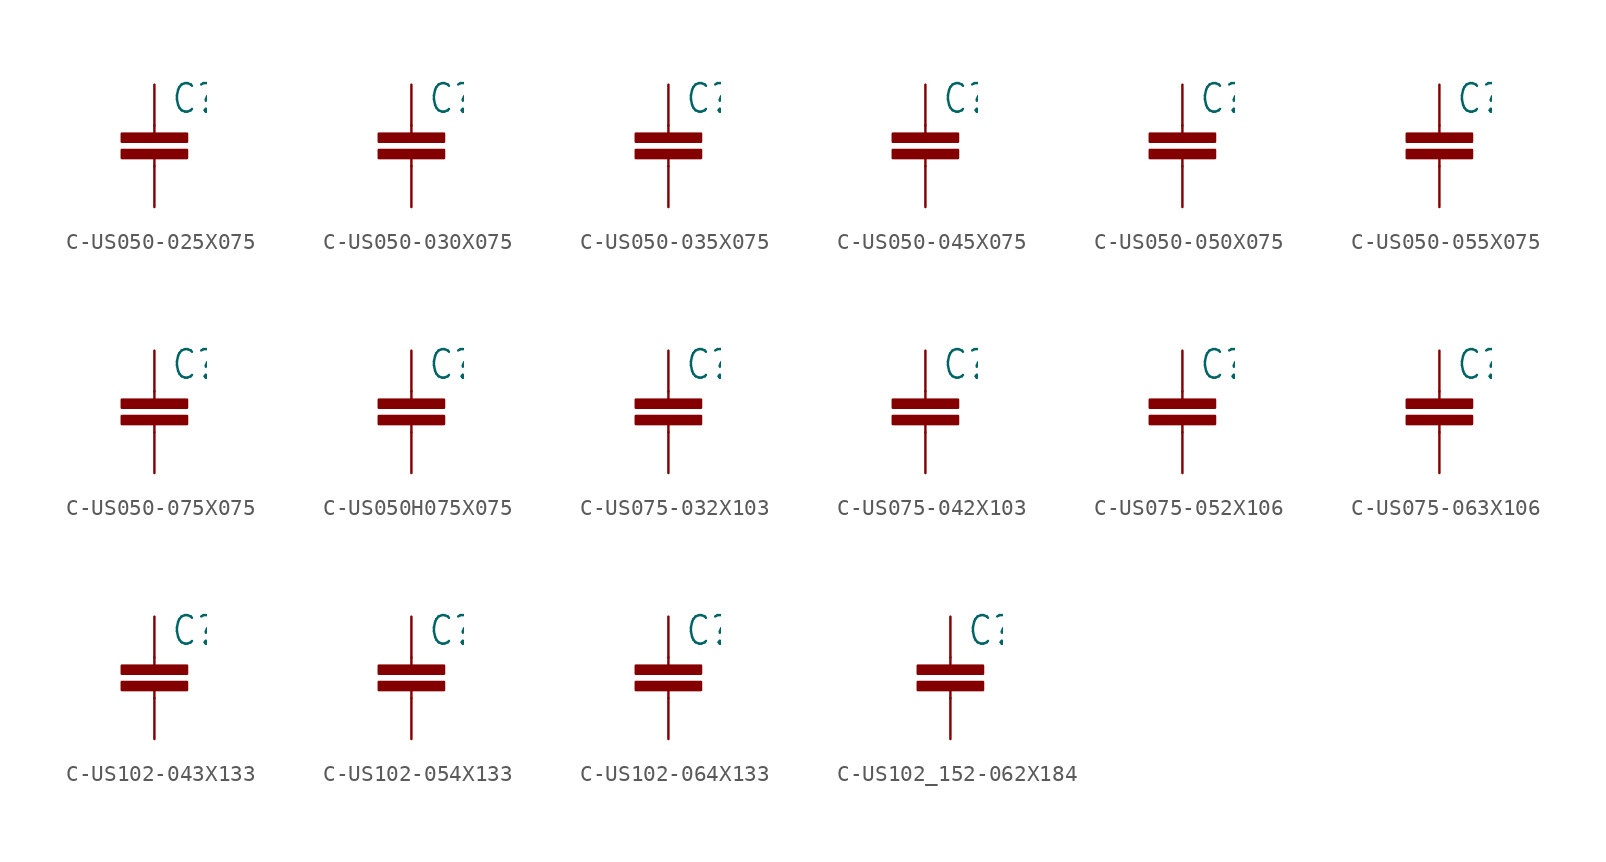
<source format=kicad_sym>
(kicad_symbol_lib
  (version 20231120)
  (generator "kicad_symbol_editor")
  (generator_version "8.99")
  (symbol "C-US050-025X075"
    (property "Reference" "C"
      (at 1.016 0.635 0)
      (effects (font (size 1.778 1.511)) (justify left bottom)))
    (property "Value" ""
      (at 1.016 -4.191 0)
      (effects (font (size 1.778 1.511)) (justify left bottom)))
    (property "ki_locked" ""
      (at 0 0 0)
      (effects (font (size 1.27 1.27))))
    (symbol "C-US050-025X075_1_0"
      (rectangle (start -2.032 -2.032) (end 2.032 -1.524) (stroke (width 0) (type default)) (fill (type outline)))
      (rectangle (start -2.032 -1.016) (end 2.032 -0.508) (stroke (width 0) (type default)) (fill (type outline)))
      (polyline (pts (xy 0 -2.54) (xy 0 -2.032)) (stroke (width 0.152) (type solid)) (fill (type none)))
      (polyline (pts (xy 0 0) (xy 0 -0.508)) (stroke (width 0.152) (type solid)) (fill (type none)))
      (pin passive line (at 0 2.54 270) (length 2.54) (name "1" (effects (font (size 0 0)))) (number "1" (effects (font (size 0 0)))))
      (pin passive line (at 0 -5.08 90) (length 2.54) (name "2" (effects (font (size 0 0)))) (number "2" (effects (font (size 0 0)))))))
  (symbol "C-US050-030X075"
    (property "Reference" "C"
      (at 1.016 0.635 0)
      (effects (font (size 1.778 1.511)) (justify left bottom)))
    (property "Value" ""
      (at 1.016 -4.191 0)
      (effects (font (size 1.778 1.511)) (justify left bottom)))
    (property "ki_locked" ""
      (at 0 0 0)
      (effects (font (size 1.27 1.27))))
    (symbol "C-US050-030X075_1_0"
      (rectangle (start -2.032 -2.032) (end 2.032 -1.524) (stroke (width 0) (type default)) (fill (type outline)))
      (rectangle (start -2.032 -1.016) (end 2.032 -0.508) (stroke (width 0) (type default)) (fill (type outline)))
      (polyline (pts (xy 0 -2.54) (xy 0 -2.032)) (stroke (width 0.152) (type solid)) (fill (type none)))
      (polyline (pts (xy 0 0) (xy 0 -0.508)) (stroke (width 0.152) (type solid)) (fill (type none)))
      (pin passive line (at 0 2.54 270) (length 2.54) (name "1" (effects (font (size 0 0)))) (number "1" (effects (font (size 0 0)))))
      (pin passive line (at 0 -5.08 90) (length 2.54) (name "2" (effects (font (size 0 0)))) (number "2" (effects (font (size 0 0)))))))
  (symbol "C-US050-035X075"
    (property "Reference" "C"
      (at 1.016 0.635 0)
      (effects (font (size 1.778 1.511)) (justify left bottom)))
    (property "Value" ""
      (at 1.016 -4.191 0)
      (effects (font (size 1.778 1.511)) (justify left bottom)))
    (property "ki_locked" ""
      (at 0 0 0)
      (effects (font (size 1.27 1.27))))
    (symbol "C-US050-035X075_1_0"
      (rectangle (start -2.032 -2.032) (end 2.032 -1.524) (stroke (width 0) (type default)) (fill (type outline)))
      (rectangle (start -2.032 -1.016) (end 2.032 -0.508) (stroke (width 0) (type default)) (fill (type outline)))
      (polyline (pts (xy 0 -2.54) (xy 0 -2.032)) (stroke (width 0.152) (type solid)) (fill (type none)))
      (polyline (pts (xy 0 0) (xy 0 -0.508)) (stroke (width 0.152) (type solid)) (fill (type none)))
      (pin passive line (at 0 2.54 270) (length 2.54) (name "1" (effects (font (size 0 0)))) (number "1" (effects (font (size 0 0)))))
      (pin passive line (at 0 -5.08 90) (length 2.54) (name "2" (effects (font (size 0 0)))) (number "2" (effects (font (size 0 0)))))))
  (symbol "C-US050-045X075"
    (property "Reference" "C"
      (at 1.016 0.635 0)
      (effects (font (size 1.778 1.511)) (justify left bottom)))
    (property "Value" ""
      (at 1.016 -4.191 0)
      (effects (font (size 1.778 1.511)) (justify left bottom)))
    (property "ki_locked" ""
      (at 0 0 0)
      (effects (font (size 1.27 1.27))))
    (symbol "C-US050-045X075_1_0"
      (rectangle (start -2.032 -2.032) (end 2.032 -1.524) (stroke (width 0) (type default)) (fill (type outline)))
      (rectangle (start -2.032 -1.016) (end 2.032 -0.508) (stroke (width 0) (type default)) (fill (type outline)))
      (polyline (pts (xy 0 -2.54) (xy 0 -2.032)) (stroke (width 0.152) (type solid)) (fill (type none)))
      (polyline (pts (xy 0 0) (xy 0 -0.508)) (stroke (width 0.152) (type solid)) (fill (type none)))
      (pin passive line (at 0 2.54 270) (length 2.54) (name "1" (effects (font (size 0 0)))) (number "1" (effects (font (size 0 0)))))
      (pin passive line (at 0 -5.08 90) (length 2.54) (name "2" (effects (font (size 0 0)))) (number "2" (effects (font (size 0 0)))))))
  (symbol "C-US050-050X075"
    (property "Reference" "C"
      (at 1.016 0.635 0)
      (effects (font (size 1.778 1.511)) (justify left bottom)))
    (property "Value" ""
      (at 1.016 -4.191 0)
      (effects (font (size 1.778 1.511)) (justify left bottom)))
    (property "ki_locked" ""
      (at 0 0 0)
      (effects (font (size 1.27 1.27))))
    (symbol "C-US050-050X075_1_0"
      (rectangle (start -2.032 -2.032) (end 2.032 -1.524) (stroke (width 0) (type default)) (fill (type outline)))
      (rectangle (start -2.032 -1.016) (end 2.032 -0.508) (stroke (width 0) (type default)) (fill (type outline)))
      (polyline (pts (xy 0 -2.54) (xy 0 -2.032)) (stroke (width 0.152) (type solid)) (fill (type none)))
      (polyline (pts (xy 0 0) (xy 0 -0.508)) (stroke (width 0.152) (type solid)) (fill (type none)))
      (pin passive line (at 0 2.54 270) (length 2.54) (name "1" (effects (font (size 0 0)))) (number "1" (effects (font (size 0 0)))))
      (pin passive line (at 0 -5.08 90) (length 2.54) (name "2" (effects (font (size 0 0)))) (number "2" (effects (font (size 0 0)))))))
  (symbol "C-US050-055X075"
    (property "Reference" "C"
      (at 1.016 0.635 0)
      (effects (font (size 1.778 1.511)) (justify left bottom)))
    (property "Value" ""
      (at 1.016 -4.191 0)
      (effects (font (size 1.778 1.511)) (justify left bottom)))
    (property "ki_locked" ""
      (at 0 0 0)
      (effects (font (size 1.27 1.27))))
    (symbol "C-US050-055X075_1_0"
      (rectangle (start -2.032 -2.032) (end 2.032 -1.524) (stroke (width 0) (type default)) (fill (type outline)))
      (rectangle (start -2.032 -1.016) (end 2.032 -0.508) (stroke (width 0) (type default)) (fill (type outline)))
      (polyline (pts (xy 0 -2.54) (xy 0 -2.032)) (stroke (width 0.152) (type solid)) (fill (type none)))
      (polyline (pts (xy 0 0) (xy 0 -0.508)) (stroke (width 0.152) (type solid)) (fill (type none)))
      (pin passive line (at 0 2.54 270) (length 2.54) (name "1" (effects (font (size 0 0)))) (number "1" (effects (font (size 0 0)))))
      (pin passive line (at 0 -5.08 90) (length 2.54) (name "2" (effects (font (size 0 0)))) (number "2" (effects (font (size 0 0)))))))
  (symbol "C-US050-075X075"
    (property "Reference" "C"
      (at 1.016 0.635 0)
      (effects (font (size 1.778 1.511)) (justify left bottom)))
    (property "Value" ""
      (at 1.016 -4.191 0)
      (effects (font (size 1.778 1.511)) (justify left bottom)))
    (property "ki_locked" ""
      (at 0 0 0)
      (effects (font (size 1.27 1.27))))
    (symbol "C-US050-075X075_1_0"
      (rectangle (start -2.032 -2.032) (end 2.032 -1.524) (stroke (width 0) (type default)) (fill (type outline)))
      (rectangle (start -2.032 -1.016) (end 2.032 -0.508) (stroke (width 0) (type default)) (fill (type outline)))
      (polyline (pts (xy 0 -2.54) (xy 0 -2.032)) (stroke (width 0.152) (type solid)) (fill (type none)))
      (polyline (pts (xy 0 0) (xy 0 -0.508)) (stroke (width 0.152) (type solid)) (fill (type none)))
      (pin passive line (at 0 2.54 270) (length 2.54) (name "1" (effects (font (size 0 0)))) (number "1" (effects (font (size 0 0)))))
      (pin passive line (at 0 -5.08 90) (length 2.54) (name "2" (effects (font (size 0 0)))) (number "2" (effects (font (size 0 0)))))))
  (symbol "C-US050H075X075"
    (property "Reference" "C"
      (at 1.016 0.635 0)
      (effects (font (size 1.778 1.511)) (justify left bottom)))
    (property "Value" ""
      (at 1.016 -4.191 0)
      (effects (font (size 1.778 1.511)) (justify left bottom)))
    (property "ki_locked" ""
      (at 0 0 0)
      (effects (font (size 1.27 1.27))))
    (symbol "C-US050H075X075_1_0"
      (rectangle (start -2.032 -2.032) (end 2.032 -1.524) (stroke (width 0) (type default)) (fill (type outline)))
      (rectangle (start -2.032 -1.016) (end 2.032 -0.508) (stroke (width 0) (type default)) (fill (type outline)))
      (polyline (pts (xy 0 -2.54) (xy 0 -2.032)) (stroke (width 0.152) (type solid)) (fill (type none)))
      (polyline (pts (xy 0 0) (xy 0 -0.508)) (stroke (width 0.152) (type solid)) (fill (type none)))
      (pin passive line (at 0 2.54 270) (length 2.54) (name "1" (effects (font (size 0 0)))) (number "1" (effects (font (size 0 0)))))
      (pin passive line (at 0 -5.08 90) (length 2.54) (name "2" (effects (font (size 0 0)))) (number "2" (effects (font (size 0 0)))))))
  (symbol "C-US075-032X103"
    (property "Reference" "C"
      (at 1.016 0.635 0)
      (effects (font (size 1.778 1.511)) (justify left bottom)))
    (property "Value" ""
      (at 1.016 -4.191 0)
      (effects (font (size 1.778 1.511)) (justify left bottom)))
    (property "ki_locked" ""
      (at 0 0 0)
      (effects (font (size 1.27 1.27))))
    (symbol "C-US075-032X103_1_0"
      (rectangle (start -2.032 -2.032) (end 2.032 -1.524) (stroke (width 0) (type default)) (fill (type outline)))
      (rectangle (start -2.032 -1.016) (end 2.032 -0.508) (stroke (width 0) (type default)) (fill (type outline)))
      (polyline (pts (xy 0 -2.54) (xy 0 -2.032)) (stroke (width 0.152) (type solid)) (fill (type none)))
      (polyline (pts (xy 0 0) (xy 0 -0.508)) (stroke (width 0.152) (type solid)) (fill (type none)))
      (pin passive line (at 0 2.54 270) (length 2.54) (name "1" (effects (font (size 0 0)))) (number "1" (effects (font (size 0 0)))))
      (pin passive line (at 0 -5.08 90) (length 2.54) (name "2" (effects (font (size 0 0)))) (number "2" (effects (font (size 0 0)))))))
  (symbol "C-US075-042X103"
    (property "Reference" "C"
      (at 1.016 0.635 0)
      (effects (font (size 1.778 1.511)) (justify left bottom)))
    (property "Value" ""
      (at 1.016 -4.191 0)
      (effects (font (size 1.778 1.511)) (justify left bottom)))
    (property "ki_locked" ""
      (at 0 0 0)
      (effects (font (size 1.27 1.27))))
    (symbol "C-US075-042X103_1_0"
      (rectangle (start -2.032 -2.032) (end 2.032 -1.524) (stroke (width 0) (type default)) (fill (type outline)))
      (rectangle (start -2.032 -1.016) (end 2.032 -0.508) (stroke (width 0) (type default)) (fill (type outline)))
      (polyline (pts (xy 0 -2.54) (xy 0 -2.032)) (stroke (width 0.152) (type solid)) (fill (type none)))
      (polyline (pts (xy 0 0) (xy 0 -0.508)) (stroke (width 0.152) (type solid)) (fill (type none)))
      (pin passive line (at 0 2.54 270) (length 2.54) (name "1" (effects (font (size 0 0)))) (number "1" (effects (font (size 0 0)))))
      (pin passive line (at 0 -5.08 90) (length 2.54) (name "2" (effects (font (size 0 0)))) (number "2" (effects (font (size 0 0)))))))
  (symbol "C-US075-052X106"
    (property "Reference" "C"
      (at 1.016 0.635 0)
      (effects (font (size 1.778 1.511)) (justify left bottom)))
    (property "Value" ""
      (at 1.016 -4.191 0)
      (effects (font (size 1.778 1.511)) (justify left bottom)))
    (property "ki_locked" ""
      (at 0 0 0)
      (effects (font (size 1.27 1.27))))
    (symbol "C-US075-052X106_1_0"
      (rectangle (start -2.032 -2.032) (end 2.032 -1.524) (stroke (width 0) (type default)) (fill (type outline)))
      (rectangle (start -2.032 -1.016) (end 2.032 -0.508) (stroke (width 0) (type default)) (fill (type outline)))
      (polyline (pts (xy 0 -2.54) (xy 0 -2.032)) (stroke (width 0.152) (type solid)) (fill (type none)))
      (polyline (pts (xy 0 0) (xy 0 -0.508)) (stroke (width 0.152) (type solid)) (fill (type none)))
      (pin passive line (at 0 2.54 270) (length 2.54) (name "1" (effects (font (size 0 0)))) (number "1" (effects (font (size 0 0)))))
      (pin passive line (at 0 -5.08 90) (length 2.54) (name "2" (effects (font (size 0 0)))) (number "2" (effects (font (size 0 0)))))))
  (symbol "C-US075-063X106"
    (property "Reference" "C"
      (at 1.016 0.635 0)
      (effects (font (size 1.778 1.511)) (justify left bottom)))
    (property "Value" ""
      (at 1.016 -4.191 0)
      (effects (font (size 1.778 1.511)) (justify left bottom)))
    (property "ki_locked" ""
      (at 0 0 0)
      (effects (font (size 1.27 1.27))))
    (symbol "C-US075-063X106_1_0"
      (rectangle (start -2.032 -2.032) (end 2.032 -1.524) (stroke (width 0) (type default)) (fill (type outline)))
      (rectangle (start -2.032 -1.016) (end 2.032 -0.508) (stroke (width 0) (type default)) (fill (type outline)))
      (polyline (pts (xy 0 -2.54) (xy 0 -2.032)) (stroke (width 0.152) (type solid)) (fill (type none)))
      (polyline (pts (xy 0 0) (xy 0 -0.508)) (stroke (width 0.152) (type solid)) (fill (type none)))
      (pin passive line (at 0 2.54 270) (length 2.54) (name "1" (effects (font (size 0 0)))) (number "1" (effects (font (size 0 0)))))
      (pin passive line (at 0 -5.08 90) (length 2.54) (name "2" (effects (font (size 0 0)))) (number "2" (effects (font (size 0 0)))))))
  (symbol "C-US102-043X133"
    (property "Reference" "C"
      (at 1.016 0.635 0)
      (effects (font (size 1.778 1.511)) (justify left bottom)))
    (property "Value" ""
      (at 1.016 -4.191 0)
      (effects (font (size 1.778 1.511)) (justify left bottom)))
    (property "ki_locked" ""
      (at 0 0 0)
      (effects (font (size 1.27 1.27))))
    (symbol "C-US102-043X133_1_0"
      (rectangle (start -2.032 -2.032) (end 2.032 -1.524) (stroke (width 0) (type default)) (fill (type outline)))
      (rectangle (start -2.032 -1.016) (end 2.032 -0.508) (stroke (width 0) (type default)) (fill (type outline)))
      (polyline (pts (xy 0 -2.54) (xy 0 -2.032)) (stroke (width 0.152) (type solid)) (fill (type none)))
      (polyline (pts (xy 0 0) (xy 0 -0.508)) (stroke (width 0.152) (type solid)) (fill (type none)))
      (pin passive line (at 0 2.54 270) (length 2.54) (name "1" (effects (font (size 0 0)))) (number "1" (effects (font (size 0 0)))))
      (pin passive line (at 0 -5.08 90) (length 2.54) (name "2" (effects (font (size 0 0)))) (number "2" (effects (font (size 0 0)))))))
  (symbol "C-US102-054X133"
    (property "Reference" "C"
      (at 1.016 0.635 0)
      (effects (font (size 1.778 1.511)) (justify left bottom)))
    (property "Value" ""
      (at 1.016 -4.191 0)
      (effects (font (size 1.778 1.511)) (justify left bottom)))
    (property "ki_locked" ""
      (at 0 0 0)
      (effects (font (size 1.27 1.27))))
    (symbol "C-US102-054X133_1_0"
      (rectangle (start -2.032 -2.032) (end 2.032 -1.524) (stroke (width 0) (type default)) (fill (type outline)))
      (rectangle (start -2.032 -1.016) (end 2.032 -0.508) (stroke (width 0) (type default)) (fill (type outline)))
      (polyline (pts (xy 0 -2.54) (xy 0 -2.032)) (stroke (width 0.152) (type solid)) (fill (type none)))
      (polyline (pts (xy 0 0) (xy 0 -0.508)) (stroke (width 0.152) (type solid)) (fill (type none)))
      (pin passive line (at 0 2.54 270) (length 2.54) (name "1" (effects (font (size 0 0)))) (number "1" (effects (font (size 0 0)))))
      (pin passive line (at 0 -5.08 90) (length 2.54) (name "2" (effects (font (size 0 0)))) (number "2" (effects (font (size 0 0)))))))
  (symbol "C-US102-064X133"
    (property "Reference" "C"
      (at 1.016 0.635 0)
      (effects (font (size 1.778 1.511)) (justify left bottom)))
    (property "Value" ""
      (at 1.016 -4.191 0)
      (effects (font (size 1.778 1.511)) (justify left bottom)))
    (property "ki_locked" ""
      (at 0 0 0)
      (effects (font (size 1.27 1.27))))
    (symbol "C-US102-064X133_1_0"
      (rectangle (start -2.032 -2.032) (end 2.032 -1.524) (stroke (width 0) (type default)) (fill (type outline)))
      (rectangle (start -2.032 -1.016) (end 2.032 -0.508) (stroke (width 0) (type default)) (fill (type outline)))
      (polyline (pts (xy 0 -2.54) (xy 0 -2.032)) (stroke (width 0.152) (type solid)) (fill (type none)))
      (polyline (pts (xy 0 0) (xy 0 -0.508)) (stroke (width 0.152) (type solid)) (fill (type none)))
      (pin passive line (at 0 2.54 270) (length 2.54) (name "1" (effects (font (size 0 0)))) (number "1" (effects (font (size 0 0)))))
      (pin passive line (at 0 -5.08 90) (length 2.54) (name "2" (effects (font (size 0 0)))) (number "2" (effects (font (size 0 0)))))))
  (symbol "C-US102_152-062X184"
    (property "Reference" "C"
      (at 1.016 0.635 0)
      (effects (font (size 1.778 1.511)) (justify left bottom)))
    (property "Value" ""
      (at 1.016 -4.191 0)
      (effects (font (size 1.778 1.511)) (justify left bottom)))
    (property "ki_locked" ""
      (at 0 0 0)
      (effects (font (size 1.27 1.27))))
    (symbol "C-US102_152-062X184_1_0"
      (rectangle (start -2.032 -2.032) (end 2.032 -1.524) (stroke (width 0) (type default)) (fill (type outline)))
      (rectangle (start -2.032 -1.016) (end 2.032 -0.508) (stroke (width 0) (type default)) (fill (type outline)))
      (polyline (pts (xy 0 -2.54) (xy 0 -2.032)) (stroke (width 0.152) (type solid)) (fill (type none)))
      (polyline (pts (xy 0 0) (xy 0 -0.508)) (stroke (width 0.152) (type solid)) (fill (type none)))
      (pin passive line (at 0 2.54 270) (length 2.54) (name "1" (effects (font (size 0 0)))) (number "1" (effects (font (size 0 0)))))
      (pin passive line (at 0 -5.08 90) (length 2.54) (name "2" (effects (font (size 0 0)))) (number "2" (effects (font (size 0 0))))))))
</source>
